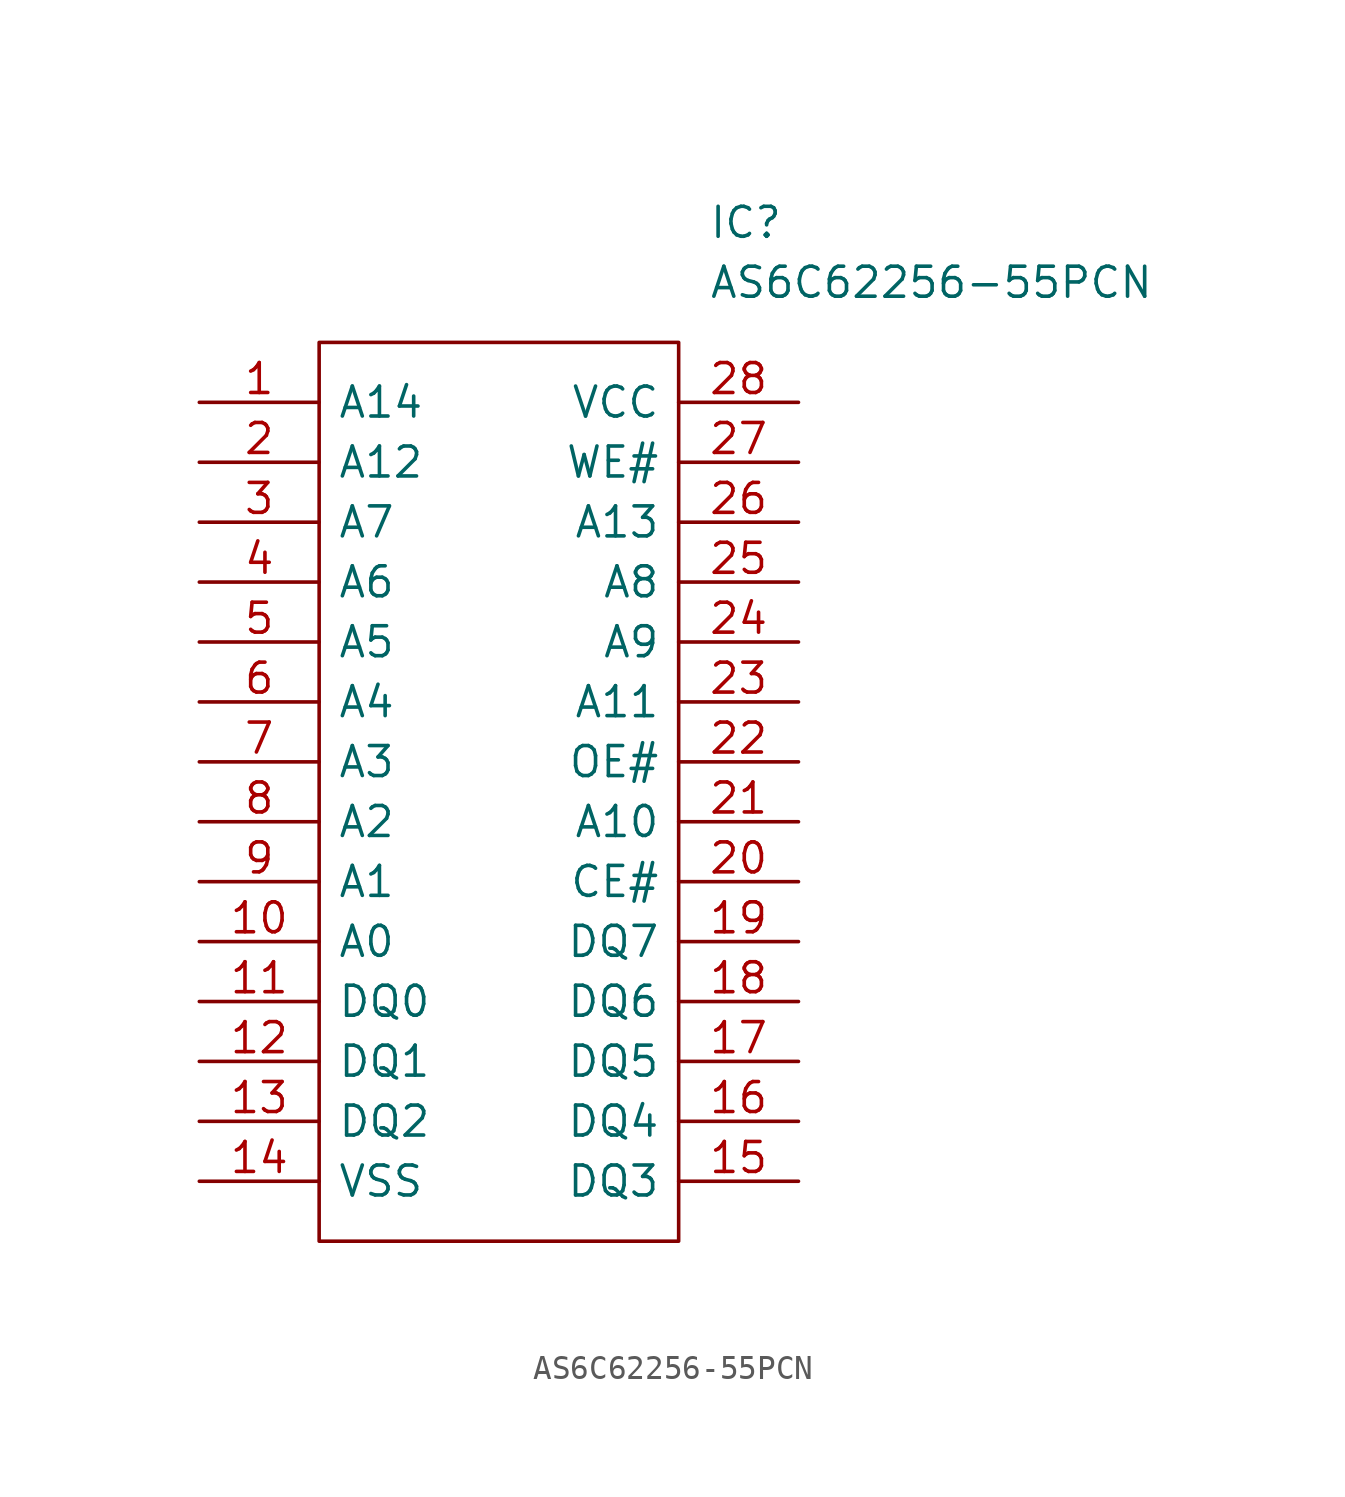
<source format=kicad_sym>
(kicad_symbol_lib
  (version 20211014)
  (generator kicad_symbol_editor)
  (symbol "AS6C62256-55PCN"
    (pin_names
      (offset 0.762))
    (property "Reference" "IC"
      (at 21.59 7.62 0)
      (effects (font (size 1.27 1.27)) (justify left)))
    (property "Value" "AS6C62256-55PCN"
      (at 21.59 5.08 0)
      (effects (font (size 1.27 1.27)) (justify left)))
    (symbol "AS6C62256-55PCN_0_0"
      (pin input line (at 0 0 0) (length 5.08) (name "A14" (effects (font (size 1.27 1.27)))) (number "1" (effects (font (size 1.27 1.27)))))
      (pin input line (at 0 -22.86 0) (length 5.08) (name "A0" (effects (font (size 1.27 1.27)))) (number "10" (effects (font (size 1.27 1.27)))))
      (pin bidirectional line (at 0 -25.4 0) (length 5.08) (name "DQ0" (effects (font (size 1.27 1.27)))) (number "11" (effects (font (size 1.27 1.27)))))
      (pin bidirectional line (at 0 -27.94 0) (length 5.08) (name "DQ1" (effects (font (size 1.27 1.27)))) (number "12" (effects (font (size 1.27 1.27)))))
      (pin bidirectional line (at 0 -30.48 0) (length 5.08) (name "DQ2" (effects (font (size 1.27 1.27)))) (number "13" (effects (font (size 1.27 1.27)))))
      (pin power_in line (at 0 -33.02 0) (length 5.08) (name "VSS" (effects (font (size 1.27 1.27)))) (number "14" (effects (font (size 1.27 1.27)))))
      (pin bidirectional line (at 25.4 -33.02 180) (length 5.08) (name "DQ3" (effects (font (size 1.27 1.27)))) (number "15" (effects (font (size 1.27 1.27)))))
      (pin bidirectional line (at 25.4 -30.48 180) (length 5.08) (name "DQ4" (effects (font (size 1.27 1.27)))) (number "16" (effects (font (size 1.27 1.27)))))
      (pin bidirectional line (at 25.4 -27.94 180) (length 5.08) (name "DQ5" (effects (font (size 1.27 1.27)))) (number "17" (effects (font (size 1.27 1.27)))))
      (pin bidirectional line (at 25.4 -25.4 180) (length 5.08) (name "DQ6" (effects (font (size 1.27 1.27)))) (number "18" (effects (font (size 1.27 1.27)))))
      (pin bidirectional line (at 25.4 -22.86 180) (length 5.08) (name "DQ7" (effects (font (size 1.27 1.27)))) (number "19" (effects (font (size 1.27 1.27)))))
      (pin input line (at 0 -2.54 0) (length 5.08) (name "A12" (effects (font (size 1.27 1.27)))) (number "2" (effects (font (size 1.27 1.27)))))
      (pin input line (at 25.4 -20.32 180) (length 5.08) (name "CE#" (effects (font (size 1.27 1.27)))) (number "20" (effects (font (size 1.27 1.27)))))
      (pin input line (at 25.4 -17.78 180) (length 5.08) (name "A10" (effects (font (size 1.27 1.27)))) (number "21" (effects (font (size 1.27 1.27)))))
      (pin input line (at 25.4 -15.24 180) (length 5.08) (name "OE#" (effects (font (size 1.27 1.27)))) (number "22" (effects (font (size 1.27 1.27)))))
      (pin input line (at 25.4 -12.7 180) (length 5.08) (name "A11" (effects (font (size 1.27 1.27)))) (number "23" (effects (font (size 1.27 1.27)))))
      (pin input line (at 25.4 -10.16 180) (length 5.08) (name "A9" (effects (font (size 1.27 1.27)))) (number "24" (effects (font (size 1.27 1.27)))))
      (pin input line (at 25.4 -7.62 180) (length 5.08) (name "A8" (effects (font (size 1.27 1.27)))) (number "25" (effects (font (size 1.27 1.27)))))
      (pin input line (at 25.4 -5.08 180) (length 5.08) (name "A13" (effects (font (size 1.27 1.27)))) (number "26" (effects (font (size 1.27 1.27)))))
      (pin input line (at 25.4 -2.54 180) (length 5.08) (name "WE#" (effects (font (size 1.27 1.27)))) (number "27" (effects (font (size 1.27 1.27)))))
      (pin power_in line (at 25.4 0 180) (length 5.08) (name "VCC" (effects (font (size 1.27 1.27)))) (number "28" (effects (font (size 1.27 1.27)))))
      (pin input line (at 0 -5.08 0) (length 5.08) (name "A7" (effects (font (size 1.27 1.27)))) (number "3" (effects (font (size 1.27 1.27)))))
      (pin input line (at 0 -7.62 0) (length 5.08) (name "A6" (effects (font (size 1.27 1.27)))) (number "4" (effects (font (size 1.27 1.27)))))
      (pin input line (at 0 -10.16 0) (length 5.08) (name "A5" (effects (font (size 1.27 1.27)))) (number "5" (effects (font (size 1.27 1.27)))))
      (pin input line (at 0 -12.7 0) (length 5.08) (name "A4" (effects (font (size 1.27 1.27)))) (number "6" (effects (font (size 1.27 1.27)))))
      (pin input line (at 0 -15.24 0) (length 5.08) (name "A3" (effects (font (size 1.27 1.27)))) (number "7" (effects (font (size 1.27 1.27)))))
      (pin input line (at 0 -17.78 0) (length 5.08) (name "A2" (effects (font (size 1.27 1.27)))) (number "8" (effects (font (size 1.27 1.27)))))
      (pin input line (at 0 -20.32 0) (length 5.08) (name "A1" (effects (font (size 1.27 1.27)))) (number "9" (effects (font (size 1.27 1.27))))))
    (symbol "AS6C62256-55PCN_0_1"
      (polyline (pts (xy 5.08 2.54) (xy 20.32 2.54) (xy 20.32 -35.56) (xy 5.08 -35.56) (xy 5.08 2.54)) (stroke (width 0.152) (type default) (color 0 0 0 0)) (fill (type none))))))
</source>
